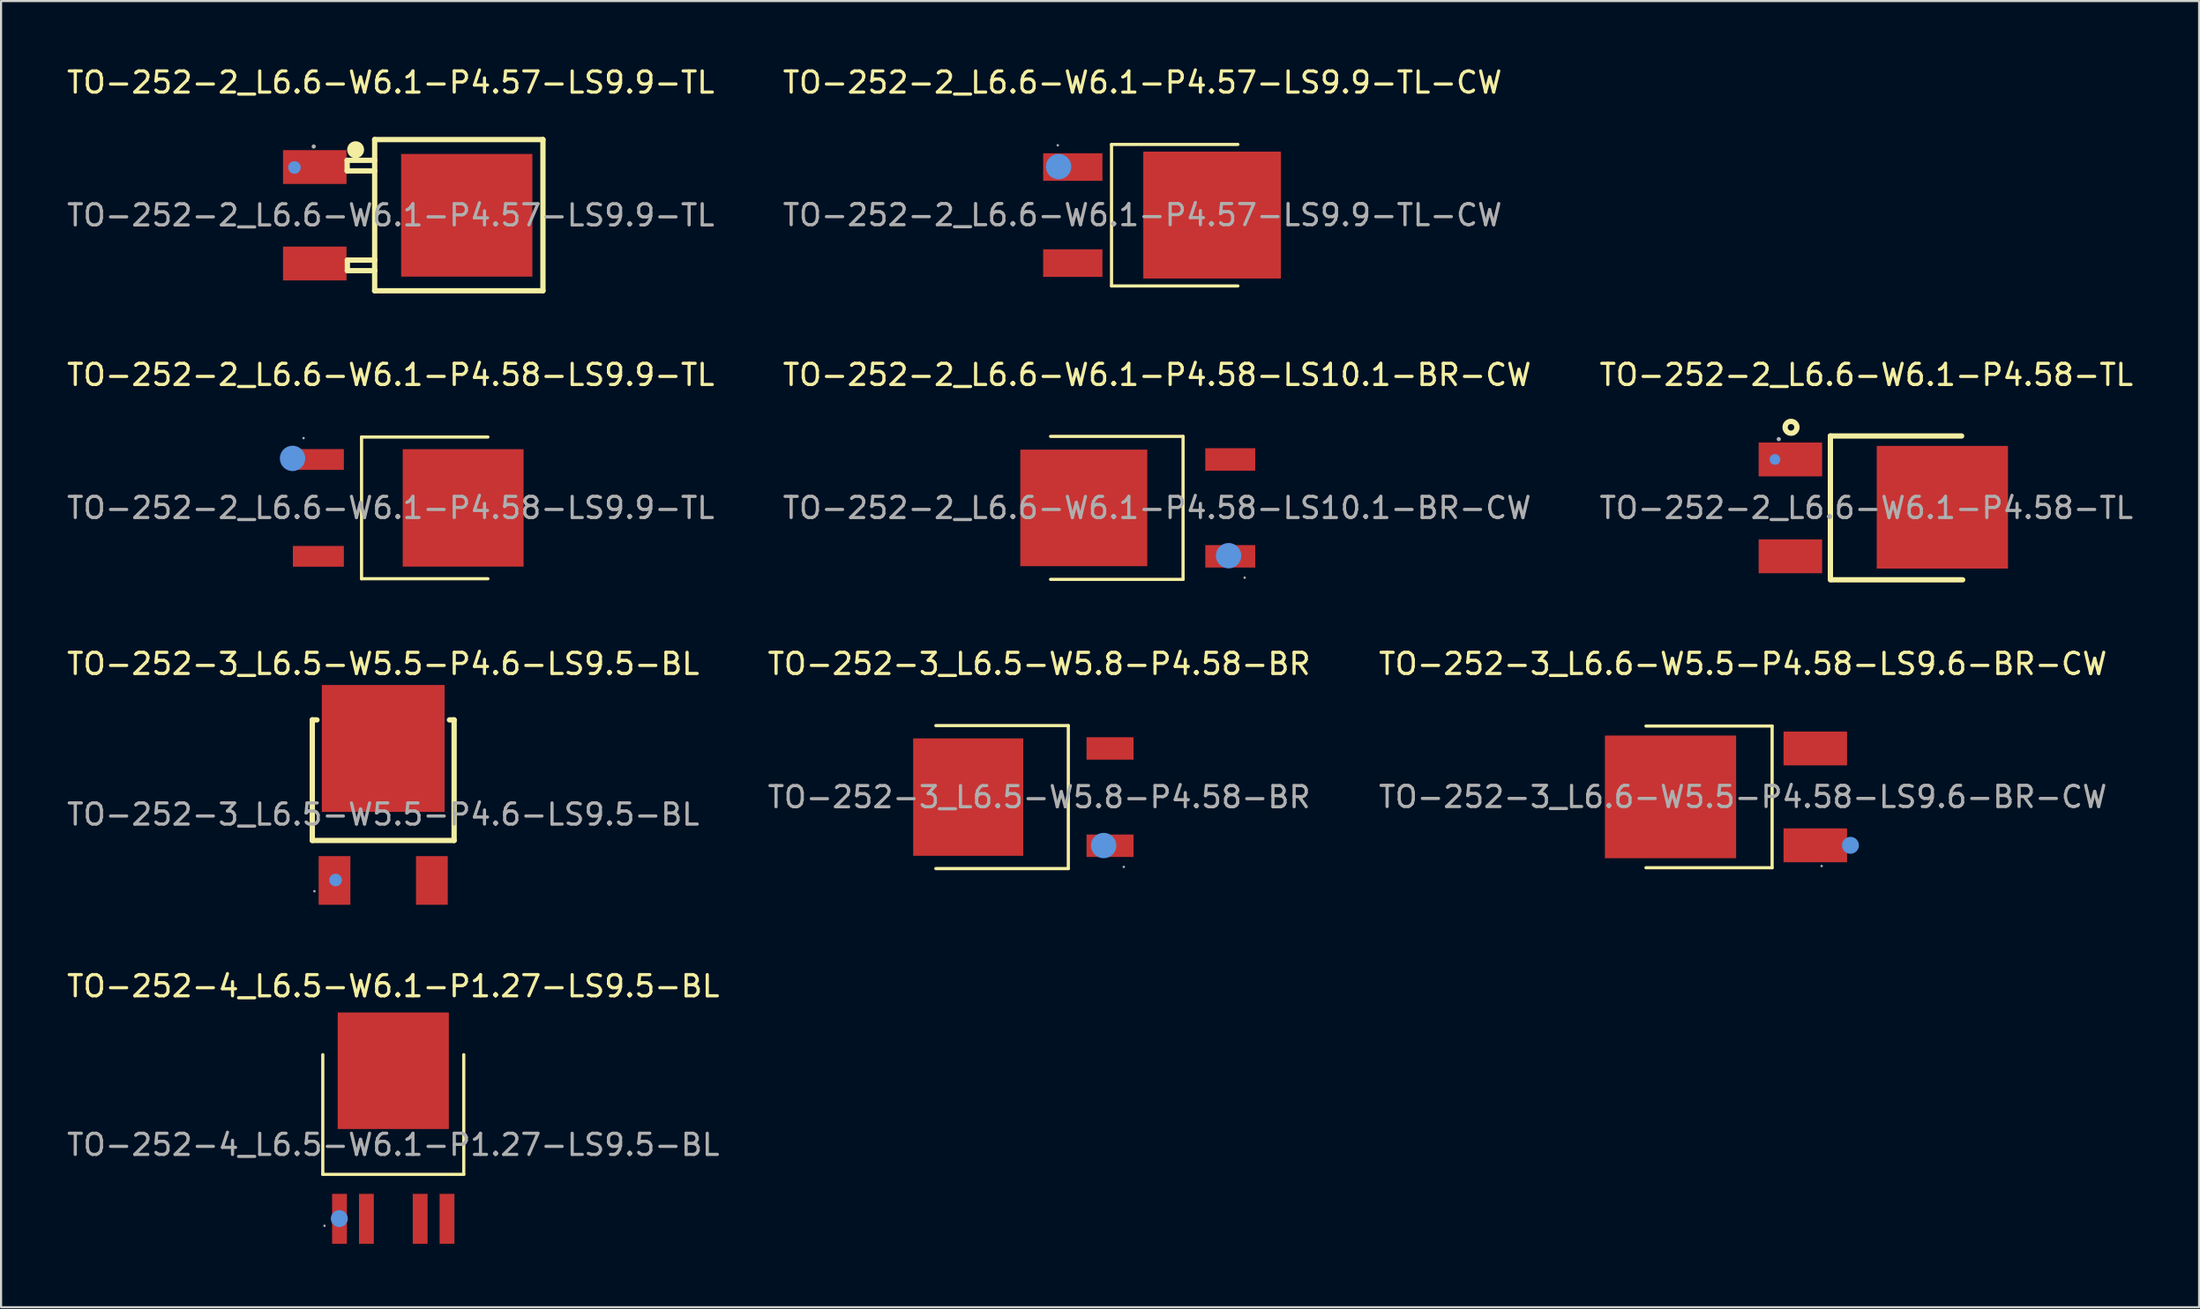
<source format=kicad_pcb>
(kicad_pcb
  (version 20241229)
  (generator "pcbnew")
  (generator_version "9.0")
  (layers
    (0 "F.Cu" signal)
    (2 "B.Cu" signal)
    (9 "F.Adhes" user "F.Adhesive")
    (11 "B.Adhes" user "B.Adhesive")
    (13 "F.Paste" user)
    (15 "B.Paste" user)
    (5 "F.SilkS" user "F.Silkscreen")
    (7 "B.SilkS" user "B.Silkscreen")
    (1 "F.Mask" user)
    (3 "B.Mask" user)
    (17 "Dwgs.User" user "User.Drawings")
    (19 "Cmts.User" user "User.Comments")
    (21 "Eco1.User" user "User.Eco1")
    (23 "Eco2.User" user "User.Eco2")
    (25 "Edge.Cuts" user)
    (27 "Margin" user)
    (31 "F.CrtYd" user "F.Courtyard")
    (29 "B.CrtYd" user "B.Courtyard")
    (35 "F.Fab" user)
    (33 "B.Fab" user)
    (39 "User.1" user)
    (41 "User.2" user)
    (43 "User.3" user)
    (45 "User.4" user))
  (footprint "TO-252-3_L6.5-W5.8-P4.58-BR"
    (layer "F.Cu")
    (at 46.042 34.635)
    (property "Reference" "TO-252-3_L6.5-W5.8-P4.58-BR" (at 0 -6.3 0) (layer "F.SilkS") (effects (font (size 1 1) (thickness 0.15))))
    (attr through_hole)
    (fp_line (start -4.88 -3.38) (end 1.38 -3.38) (stroke (width 0.15) (type solid)) (layer "F.SilkS"))
    (fp_line (start -4.88 3.38) (end 1.38 3.38) (stroke (width 0.15) (type solid)) (layer "F.SilkS"))
    (fp_line (start 1.38 3.38) (end 1.38 -3.38) (stroke (width 0.15) (type solid)) (layer "F.SilkS"))
    (fp_circle (center 3.05 2.29) (end 3.35 2.29) (stroke (width 0.6) (type solid)) (fill no) (layer "Cmts.User"))
    (fp_circle (center 4 3.3) (end 4.03 3.3) (stroke (width 0.06) (type solid)) (fill no) (layer "F.Fab"))
    (fp_text user "${REFERENCE}" (at 0 0 0) (layer "F.Fab") (effects (font (size 1 1) (thickness 0.15))))
    (pad "1" smd rect (at 3.35 2.3) (size 2.22 1.06) (layers "F.Cu" "F.Mask" "F.Paste"))
    (pad "2" smd rect (at -3.35 0) (size 5.2 5.55) (layers "F.Cu" "F.Mask" "F.Paste"))
    (pad "3" smd rect (at 3.35 -2.3) (size 2.22 1.06) (layers "F.Cu" "F.Mask" "F.Paste")))
  (footprint "TO-252-2_L6.6-W6.1-P4.57-LS9.9-TL-CW"
    (layer "F.Cu")
    (at 50.923 7.118)
    (property "Reference" "TO-252-2_L6.6-W6.1-P4.57-LS9.9-TL-CW" (at 0 -6.27 0) (layer "F.SilkS") (effects (font (size 1 1) (thickness 0.15))))
    (attr through_hole)
    (fp_line (start -1.46 -3.34) (end -1.46 3.35) (stroke (width 0.15) (type solid)) (layer "F.SilkS"))
    (fp_line (start 4.51 -3.34) (end -1.46 -3.34) (stroke (width 0.15) (type solid)) (layer "F.SilkS"))
    (fp_line (start 4.51 3.35) (end -1.46 3.35) (stroke (width 0.15) (type solid)) (layer "F.SilkS"))
    (fp_circle (center -3.96 -2.29) (end -3.66 -2.29) (stroke (width 0.6) (type solid)) (fill no) (layer "Cmts.User"))
    (fp_circle (center -4 -3.3) (end -3.97 -3.3) (stroke (width 0.06) (type solid)) (fill no) (layer "F.Fab"))
    (fp_text user "${REFERENCE}" (at 0 0 0) (layer "F.Fab") (effects (font (size 1 1) (thickness 0.15))))
    (pad "1" smd rect (at -3.29 -2.27) (size 2.8 1.3) (layers "F.Cu" "F.Mask" "F.Paste"))
    (pad "2" smd rect (at 3.29 0) (size 6.5 6) (layers "F.Cu" "F.Mask" "F.Paste"))
    (pad "3" smd rect (at -3.29 2.27) (size 2.8 1.3) (layers "F.Cu" "F.Mask" "F.Paste")))
  (footprint "TO-252-3_L6.6-W5.5-P4.58-LS9.6-BR-CW"
    (layer "F.Cu")
    (at 79.292 34.625)
    (property "Reference" "TO-252-3_L6.6-W5.5-P4.58-LS9.6-BR-CW" (at 0 -6.29 0) (layer "F.SilkS") (effects (font (size 1 1) (thickness 0.15))))
    (attr through_hole)
    (fp_line (start -4.58 -3.35) (end 1.38 -3.35) (stroke (width 0.15) (type solid)) (layer "F.SilkS"))
    (fp_line (start -4.58 3.35) (end 1.38 3.35) (stroke (width 0.15) (type solid)) (layer "F.SilkS"))
    (fp_line (start 1.38 3.35) (end 1.38 -3.35) (stroke (width 0.15) (type solid)) (layer "F.SilkS"))
    (fp_circle (center 5.08 2.29) (end 5.28 2.29) (stroke (width 0.4) (type solid)) (fill no) (layer "Cmts.User"))
    (fp_circle (center 3.72 3.27) (end 3.75 3.27) (stroke (width 0.06) (type solid)) (fill no) (layer "F.Fab"))
    (fp_text user "${REFERENCE}" (at 0 0 0) (layer "F.Fab") (effects (font (size 1 1) (thickness 0.15))))
    (pad "1" smd rect (at 3.42 2.29) (size 3 1.6) (layers "F.Cu" "F.Mask" "F.Paste"))
    (pad "2" smd rect (at -3.42 0) (size 6.2 5.8) (layers "F.Cu" "F.Mask" "F.Paste"))
    (pad "3" smd rect (at 3.42 -2.29) (size 3 1.6) (layers "F.Cu" "F.Mask" "F.Paste")))
  (footprint "TO-252-2_L6.6-W6.1-P4.58-LS10.1-BR-CW"
    (layer "F.Cu")
    (at 51.613 20.962)
    (property "Reference" "TO-252-2_L6.6-W6.1-P4.58-LS10.1-BR-CW" (at 0 -6.29 0) (layer "F.SilkS") (effects (font (size 1 1) (thickness 0.15))))
    (attr through_hole)
    (fp_line (start -5.03 -3.38) (end 1.23 -3.38) (stroke (width 0.15) (type solid)) (layer "F.SilkS"))
    (fp_line (start 1.23 -3.38) (end 1.23 3.38) (stroke (width 0.15) (type solid)) (layer "F.SilkS"))
    (fp_line (start 1.23 3.38) (end -5.03 3.38) (stroke (width 0.15) (type solid)) (layer "F.SilkS"))
    (fp_circle (center 3.38 2.26) (end 3.68 2.26) (stroke (width 0.6) (type solid)) (fill no) (layer "Cmts.User"))
    (fp_circle (center 4.14 3.3) (end 4.17 3.3) (stroke (width 0.06) (type solid)) (fill no) (layer "F.Fab"))
    (fp_text user "${REFERENCE}" (at 0 0 0) (layer "F.Fab") (effects (font (size 1 1) (thickness 0.15))))
    (pad "1" smd rect (at 3.46 2.29 180) (size 2.36 1.06) (layers "F.Cu" "F.Mask" "F.Paste"))
    (pad "2" smd rect (at -3.46 0 180) (size 6 5.51) (layers "F.Cu" "F.Mask" "F.Paste"))
    (pad "3" smd rect (at 3.46 -2.29 180) (size 2.36 1.06) (layers "F.Cu" "F.Mask" "F.Paste")))
  (footprint "TO-252-2_L6.6-W6.1-P4.57-LS9.9-TL"
    (layer "F.Cu")
    (at 15.411 7.128)
    (property "Reference" "TO-252-2_L6.6-W6.1-P4.57-LS9.9-TL" (at 0 -6.28 0) (layer "F.SilkS") (effects (font (size 1 1) (thickness 0.15))))
    (attr through_hole)
    (fp_line (start -2.06 -2.6) (end -2.06 -2.1) (stroke (width 0.25) (type solid)) (layer "F.SilkS"))
    (fp_line (start -2.06 -2.1) (end -0.76 -2.1) (stroke (width 0.25) (type solid)) (layer "F.SilkS"))
    (fp_line (start -2.05 2.12) (end -2.05 2.62) (stroke (width 0.25) (type solid)) (layer "F.SilkS"))
    (fp_line (start -2.05 2.62) (end -0.75 2.62) (stroke (width 0.25) (type solid)) (layer "F.SilkS"))
    (fp_line (start -0.76 -3.58) (end -0.76 3.57) (stroke (width 0.25) (type solid)) (layer "F.SilkS"))
    (fp_line (start -0.76 -2.6) (end -2.06 -2.6) (stroke (width 0.25) (type solid)) (layer "F.SilkS"))
    (fp_line (start -0.76 3.57) (end 7.19 3.57) (stroke (width 0.25) (type solid)) (layer "F.SilkS"))
    (fp_line (start -0.75 2.12) (end -2.05 2.12) (stroke (width 0.25) (type solid)) (layer "F.SilkS"))
    (fp_line (start 7.19 -3.58) (end -0.76 -3.58) (stroke (width 0.25) (type solid)) (layer "F.SilkS"))
    (fp_line (start 7.19 3.57) (end 7.19 -3.58) (stroke (width 0.25) (type solid)) (layer "F.SilkS"))
    (fp_arc (start -1.66 -3.1) (mid -1.66 -3.1) (end -1.66 -3.1) (stroke (width 0.4) (type solid)) (layer "F.SilkS"))
    (fp_circle (center -4.55 -2.26) (end -4.4 -2.26) (stroke (width 0.3) (type solid)) (fill no) (layer "Cmts.User"))
    (fp_circle (center -3.64 -3.25) (end -3.59 -3.25) (stroke (width 0.1) (type solid)) (fill no) (layer "F.Fab"))
    (fp_text user "${REFERENCE}" (at 0 0 0) (layer "F.Fab") (effects (font (size 1 1) (thickness 0.15))))
    (pad "1" smd rect (at -3.59 -2.28 270) (size 1.6 3) (layers "F.Cu" "F.Mask" "F.Paste"))
    (pad "2" smd rect (at -3.59 2.28 90) (size 1.6 3) (layers "F.Cu" "F.Mask" "F.Paste"))
    (pad "3" smd rect (at 3.59 0 270) (size 5.8 6.2) (layers "F.Cu" "F.Mask" "F.Paste")))
  (footprint "TO-252-2_L6.6-W6.1-P4.58-LS9.9-TL"
    (layer "F.Cu")
    (at 15.411 20.962)
    (property "Reference" "TO-252-2_L6.6-W6.1-P4.58-LS9.9-TL" (at 0 -6.29 0) (layer "F.SilkS") (effects (font (size 1 1) (thickness 0.15))))
    (attr through_hole)
    (fp_line (start -1.38 -3.35) (end -1.38 3.35) (stroke (width 0.15) (type solid)) (layer "F.SilkS"))
    (fp_line (start 4.59 -3.35) (end -1.38 -3.35) (stroke (width 0.15) (type solid)) (layer "F.SilkS"))
    (fp_line (start 4.59 3.35) (end -1.38 3.35) (stroke (width 0.15) (type solid)) (layer "F.SilkS"))
    (fp_circle (center -4.64 -2.34) (end -4.34 -2.34) (stroke (width 0.6) (type solid)) (fill no) (layer "Cmts.User"))
    (fp_circle (center -4.12 -3.3) (end -4.09 -3.3) (stroke (width 0.06) (type solid)) (fill no) (layer "F.Fab"))
    (fp_text user "${REFERENCE}" (at 0 0 0) (layer "F.Fab") (effects (font (size 1 1) (thickness 0.15))))
    (pad "1" smd rect (at -3.42 -2.29 180) (size 2.41 0.98) (layers "F.Cu" "F.Mask" "F.Paste"))
    (pad "2" smd rect (at 3.42 0 180) (size 5.71 5.55) (layers "F.Cu" "F.Mask" "F.Paste"))
    (pad "3" smd rect (at -3.42 2.29 180) (size 2.41 0.98) (layers "F.Cu" "F.Mask" "F.Paste")))
  (footprint "TO-252-2_L6.6-W6.1-P4.58-TL"
    (layer "F.Cu")
    (at 85.125 20.962)
    (property "Reference" "TO-252-2_L6.6-W6.1-P4.58-TL" (at 0 -6.29 0) (layer "F.SilkS") (effects (font (size 1 1) (thickness 0.15))))
    (attr through_hole)
    (fp_line (start -1.7 -3.4) (end 4.5 -3.4) (stroke (width 0.25) (type solid)) (layer "F.SilkS"))
    (fp_line (start -1.7 3.4) (end -1.7 -3.4) (stroke (width 0.25) (type solid)) (layer "F.SilkS"))
    (fp_line (start -1.64 3.4) (end 4.55 3.4) (stroke (width 0.25) (type solid)) (layer "F.SilkS"))
    (fp_circle (center -3.56 -3.81) (end -3.28 -3.81) (stroke (width 0.25) (type solid)) (fill no) (layer "F.SilkS"))
    (fp_circle (center -4.32 -2.29) (end -4.19 -2.29) (stroke (width 0.25) (type solid)) (fill no) (layer "Cmts.User"))
    (fp_circle (center -4.14 -3.25) (end -4.09 -3.25) (stroke (width 0.1) (type solid)) (fill no) (layer "F.Fab"))
    (fp_text user "${REFERENCE}" (at 0 0 0) (layer "F.Fab") (effects (font (size 1 1) (thickness 0.15))))
    (pad "1" smd rect (at -3.59 -2.29 270) (size 1.6 3) (layers "F.Cu" "F.Mask" "F.Paste"))
    (pad "2" smd rect (at 3.59 -0.03 270) (size 5.8 6.2) (layers "F.Cu" "F.Mask" "F.Paste"))
    (pad "3" smd rect (at -3.59 2.29 270) (size 1.6 3) (layers "F.Cu" "F.Mask" "F.Paste")))
  (footprint "TO-252-3_L6.5-W5.5-P4.6-LS9.5-BL"
    (layer "F.Cu")
    (at 15.054 35.455)
    (property "Reference" "TO-252-3_L6.5-W5.5-P4.6-LS9.5-BL" (at 0 -7.12 0) (layer "F.SilkS") (effects (font (size 1 1) (thickness 0.15))))
    (attr through_hole)
    (fp_line (start -3.35 -3.42) (end -3.35 -4.47) (stroke (width 0.25) (type solid)) (layer "F.SilkS"))
    (fp_line (start -3.35 -3.42) (end -3.35 1.23) (stroke (width 0.25) (type solid)) (layer "F.SilkS"))
    (fp_line (start -3.35 1.23) (end 3.35 1.23) (stroke (width 0.25) (type solid)) (layer "F.SilkS"))
    (fp_line (start -3.13 -4.47) (end -3.35 -4.47) (stroke (width 0.25) (type solid)) (layer "F.SilkS"))
    (fp_line (start 3.35 -4.47) (end 3.13 -4.47) (stroke (width 0.25) (type solid)) (layer "F.SilkS"))
    (fp_line (start 3.35 1.23) (end 3.35 -4.47) (stroke (width 0.25) (type solid)) (layer "F.SilkS"))
    (fp_circle (center -2.25 3.1) (end -2.1 3.1) (stroke (width 0.3) (type solid)) (fill no) (layer "Cmts.User"))
    (fp_circle (center -3.25 3.63) (end -3.22 3.63) (stroke (width 0.06) (type solid)) (fill no) (layer "F.Fab"))
    (fp_text user "${REFERENCE}" (at 0 0 0) (layer "F.Fab") (effects (font (size 1 1) (thickness 0.15))))
    (pad "1" smd rect (at -2.3 3.12) (size 1.5 2.3) (layers "F.Cu" "F.Mask" "F.Paste"))
    (pad "2" smd rect (at 0 -3.12) (size 5.8 6) (layers "F.Cu" "F.Mask" "F.Paste"))
    (pad "3" smd rect (at 2.3 3.12) (size 1.5 2.3) (layers "F.Cu" "F.Mask" "F.Paste")))
  (footprint "TO-252-4_L6.5-W6.1-P1.27-LS9.5-BL"
    (layer "F.Cu")
    (at 15.53 51.073)
    (property "Reference" "TO-252-4_L6.5-W6.1-P1.27-LS9.5-BL" (at 0 -7.5 0) (layer "F.SilkS") (effects (font (size 1 1) (thickness 0.15))))
    (attr through_hole)
    (fp_line (start -3.33 -4.26) (end -3.33 1.4) (stroke (width 0.15) (type solid)) (layer "F.SilkS"))
    (fp_line (start -3.33 1.4) (end 3.33 1.4) (stroke (width 0.15) (type solid)) (layer "F.SilkS"))
    (fp_line (start 3.33 -4.26) (end 3.33 1.4) (stroke (width 0.15) (type solid)) (layer "F.SilkS"))
    (fp_circle (center -2.55 3.49) (end -2.35 3.49) (stroke (width 0.4) (type solid)) (fill no) (layer "Cmts.User"))
    (fp_circle (center -3.25 3.83) (end -3.22 3.83) (stroke (width 0.06) (type solid)) (fill no) (layer "F.Fab"))
    (fp_text user "${REFERENCE}" (at 0 0 0) (layer "F.Fab") (effects (font (size 1 1) (thickness 0.15))))
    (pad "1" smd rect (at -2.54 3.5) (size 0.7 2.36) (layers "F.Cu" "F.Mask" "F.Paste"))
    (pad "2" smd rect (at -1.27 3.5) (size 0.7 2.36) (layers "F.Cu" "F.Mask" "F.Paste"))
    (pad "3" smd rect (at 0 -3.5) (size 5.25 5.51) (layers "F.Cu" "F.Mask" "F.Paste"))
    (pad "4" smd rect (at 1.27 3.5) (size 0.7 2.36) (layers "F.Cu" "F.Mask" "F.Paste"))
    (pad "5" smd rect (at 2.54 3.5) (size 0.7 2.36) (layers "F.Cu" "F.Mask" "F.Paste")))
  (gr_rect
    (start -3 -3)
    (end 100.845 58.753)
    (stroke (width 0.1) (type default))
    (fill no)
    (layer "Edge.Cuts")))
</source>
